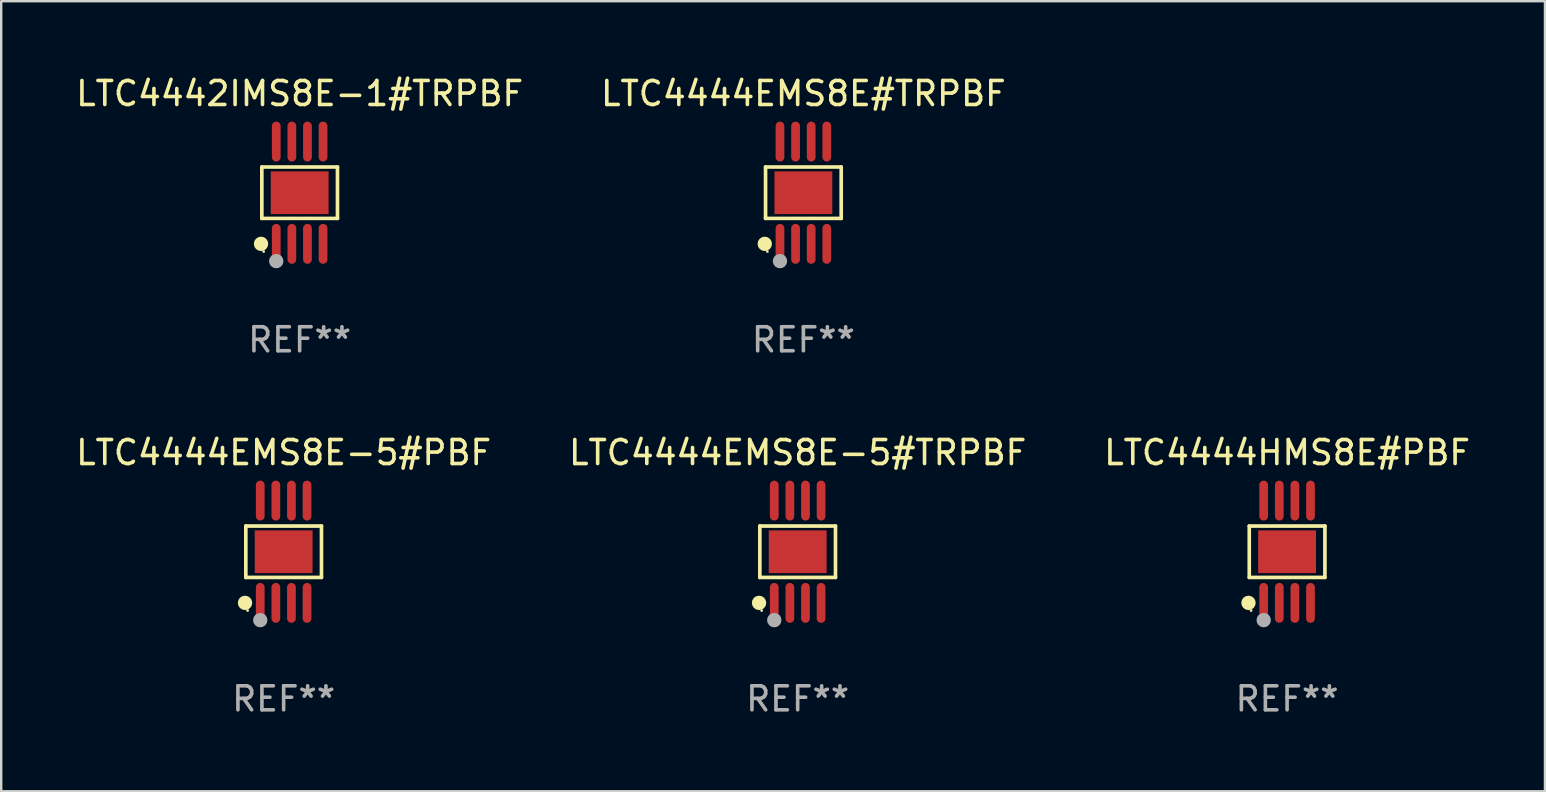
<source format=kicad_pcb>
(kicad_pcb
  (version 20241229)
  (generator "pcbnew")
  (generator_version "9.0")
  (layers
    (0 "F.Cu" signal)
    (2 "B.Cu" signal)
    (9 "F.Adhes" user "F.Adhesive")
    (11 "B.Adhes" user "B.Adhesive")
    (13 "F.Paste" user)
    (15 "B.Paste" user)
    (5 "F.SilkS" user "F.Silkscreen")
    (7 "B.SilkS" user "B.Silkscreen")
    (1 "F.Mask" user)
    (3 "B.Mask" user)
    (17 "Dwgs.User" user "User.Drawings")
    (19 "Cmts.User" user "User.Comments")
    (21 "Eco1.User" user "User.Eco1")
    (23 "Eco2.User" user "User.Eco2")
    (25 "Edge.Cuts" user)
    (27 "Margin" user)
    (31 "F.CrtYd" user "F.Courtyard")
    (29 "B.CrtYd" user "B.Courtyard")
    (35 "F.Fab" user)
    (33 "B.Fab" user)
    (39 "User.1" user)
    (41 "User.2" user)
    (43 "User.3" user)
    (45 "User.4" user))
  (footprint "LTC4444EMS8E-5#PBF"
    (layer "F.Cu")
    (at 8.768 19.938)
    (property "Reference" "LTC4444EMS8E-5#PBF" (at 0 -4.131 0) (layer "F.SilkS") (effects (font (size 1 1) (thickness 0.15))))
    (attr through_hole)
    (fp_line (start -1.576 -1.071) (end 1.576 -1.071) (stroke (width 0.152) (type solid)) (layer "F.SilkS"))
    (fp_line (start -1.576 1.071) (end -1.576 -1.071) (stroke (width 0.152) (type solid)) (layer "F.SilkS"))
    (fp_line (start 1.576 -1.071) (end 1.576 1.071) (stroke (width 0.152) (type solid)) (layer "F.SilkS"))
    (fp_line (start 1.576 1.071) (end -1.576 1.071) (stroke (width 0.152) (type solid)) (layer "F.SilkS"))
    (fp_circle (center -1.609 2.131) (end -1.459 2.131) (stroke (width 0.3) (type solid)) (fill no) (layer "F.SilkS"))
    (fp_circle (center -1.5 2.45) (end -1.47 2.45) (stroke (width 0.06) (type solid)) (fill no) (layer "F.SilkS"))
    (fp_circle (center -0.975 2.85) (end -0.825 2.85) (stroke (width 0.3) (type solid)) (fill no) (layer "F.Fab"))
    (fp_text user "REF**" (at 0 6.131 0) (layer "F.Fab") (effects (font (size 1 1) (thickness 0.15))))
    (pad "1" smd oval (at -0.975 2.131) (size 0.364 1.662) (layers "F.Cu" "F.Mask" "F.Paste"))
    (pad "2" smd oval (at -0.325 2.131) (size 0.364 1.662) (layers "F.Cu" "F.Mask" "F.Paste"))
    (pad "3" smd oval (at 0.325 2.131) (size 0.364 1.662) (layers "F.Cu" "F.Mask" "F.Paste"))
    (pad "4" smd oval (at 0.975 2.131) (size 0.364 1.662) (layers "F.Cu" "F.Mask" "F.Paste"))
    (pad "5" smd oval (at 0.975 -2.131) (size 0.364 1.662) (layers "F.Cu" "F.Mask" "F.Paste"))
    (pad "6" smd oval (at 0.325 -2.131) (size 0.364 1.662) (layers "F.Cu" "F.Mask" "F.Paste"))
    (pad "7" smd oval (at -0.325 -2.131) (size 0.364 1.662) (layers "F.Cu" "F.Mask" "F.Paste"))
    (pad "8" smd oval (at -0.975 -2.131) (size 0.364 1.662) (layers "F.Cu" "F.Mask" "F.Paste"))
    (pad "9" smd rect (at 0 0) (size 2.41 1.78) (layers "F.Cu" "F.Mask" "F.Paste")))
  (footprint "LTC4444EMS8E-5#TRPBF"
    (layer "F.Cu")
    (at 30.185 19.938)
    (property "Reference" "LTC4444EMS8E-5#TRPBF" (at 0 -4.131 0) (layer "F.SilkS") (effects (font (size 1 1) (thickness 0.15))))
    (attr through_hole)
    (fp_line (start -1.576 -1.071) (end 1.576 -1.071) (stroke (width 0.152) (type solid)) (layer "F.SilkS"))
    (fp_line (start -1.576 1.071) (end -1.576 -1.071) (stroke (width 0.152) (type solid)) (layer "F.SilkS"))
    (fp_line (start 1.576 -1.071) (end 1.576 1.071) (stroke (width 0.152) (type solid)) (layer "F.SilkS"))
    (fp_line (start 1.576 1.071) (end -1.576 1.071) (stroke (width 0.152) (type solid)) (layer "F.SilkS"))
    (fp_circle (center -1.609 2.131) (end -1.459 2.131) (stroke (width 0.3) (type solid)) (fill no) (layer "F.SilkS"))
    (fp_circle (center -1.5 2.45) (end -1.47 2.45) (stroke (width 0.06) (type solid)) (fill no) (layer "F.SilkS"))
    (fp_circle (center -0.975 2.85) (end -0.825 2.85) (stroke (width 0.3) (type solid)) (fill no) (layer "F.Fab"))
    (fp_text user "REF**" (at 0 6.131 0) (layer "F.Fab") (effects (font (size 1 1) (thickness 0.15))))
    (pad "1" smd oval (at -0.975 2.131) (size 0.364 1.662) (layers "F.Cu" "F.Mask" "F.Paste"))
    (pad "2" smd oval (at -0.325 2.131) (size 0.364 1.662) (layers "F.Cu" "F.Mask" "F.Paste"))
    (pad "3" smd oval (at 0.325 2.131) (size 0.364 1.662) (layers "F.Cu" "F.Mask" "F.Paste"))
    (pad "4" smd oval (at 0.975 2.131) (size 0.364 1.662) (layers "F.Cu" "F.Mask" "F.Paste"))
    (pad "5" smd oval (at 0.975 -2.131) (size 0.364 1.662) (layers "F.Cu" "F.Mask" "F.Paste"))
    (pad "6" smd oval (at 0.325 -2.131) (size 0.364 1.662) (layers "F.Cu" "F.Mask" "F.Paste"))
    (pad "7" smd oval (at -0.325 -2.131) (size 0.364 1.662) (layers "F.Cu" "F.Mask" "F.Paste"))
    (pad "8" smd oval (at -0.975 -2.131) (size 0.364 1.662) (layers "F.Cu" "F.Mask" "F.Paste"))
    (pad "9" smd rect (at 0 0) (size 2.41 1.78) (layers "F.Cu" "F.Mask" "F.Paste")))
  (footprint "LTC4444HMS8E#PBF"
    (layer "F.Cu")
    (at 50.577 19.938)
    (property "Reference" "LTC4444HMS8E#PBF" (at 0 -4.131 0) (layer "F.SilkS") (effects (font (size 1 1) (thickness 0.15))))
    (attr through_hole)
    (fp_line (start -1.576 -1.071) (end 1.576 -1.071) (stroke (width 0.152) (type solid)) (layer "F.SilkS"))
    (fp_line (start -1.576 1.071) (end -1.576 -1.071) (stroke (width 0.152) (type solid)) (layer "F.SilkS"))
    (fp_line (start 1.576 -1.071) (end 1.576 1.071) (stroke (width 0.152) (type solid)) (layer "F.SilkS"))
    (fp_line (start 1.576 1.071) (end -1.576 1.071) (stroke (width 0.152) (type solid)) (layer "F.SilkS"))
    (fp_circle (center -1.609 2.131) (end -1.459 2.131) (stroke (width 0.3) (type solid)) (fill no) (layer "F.SilkS"))
    (fp_circle (center -1.5 2.45) (end -1.47 2.45) (stroke (width 0.06) (type solid)) (fill no) (layer "F.SilkS"))
    (fp_circle (center -0.975 2.85) (end -0.825 2.85) (stroke (width 0.3) (type solid)) (fill no) (layer "F.Fab"))
    (fp_text user "REF**" (at 0 6.131 0) (layer "F.Fab") (effects (font (size 1 1) (thickness 0.15))))
    (pad "1" smd oval (at -0.975 2.131) (size 0.364 1.662) (layers "F.Cu" "F.Mask" "F.Paste"))
    (pad "2" smd oval (at -0.325 2.131) (size 0.364 1.662) (layers "F.Cu" "F.Mask" "F.Paste"))
    (pad "3" smd oval (at 0.325 2.131) (size 0.364 1.662) (layers "F.Cu" "F.Mask" "F.Paste"))
    (pad "4" smd oval (at 0.975 2.131) (size 0.364 1.662) (layers "F.Cu" "F.Mask" "F.Paste"))
    (pad "5" smd oval (at 0.975 -2.131) (size 0.364 1.662) (layers "F.Cu" "F.Mask" "F.Paste"))
    (pad "6" smd oval (at 0.325 -2.131) (size 0.364 1.662) (layers "F.Cu" "F.Mask" "F.Paste"))
    (pad "7" smd oval (at -0.325 -2.131) (size 0.364 1.662) (layers "F.Cu" "F.Mask" "F.Paste"))
    (pad "8" smd oval (at -0.975 -2.131) (size 0.364 1.662) (layers "F.Cu" "F.Mask" "F.Paste"))
    (pad "9" smd rect (at 0 0) (size 2.41 1.78) (layers "F.Cu" "F.Mask" "F.Paste")))
  (footprint "LTC4444EMS8E#TRPBF"
    (layer "F.Cu")
    (at 30.423 4.979)
    (property "Reference" "LTC4444EMS8E#TRPBF" (at 0 -4.131 0) (layer "F.SilkS") (effects (font (size 1 1) (thickness 0.15))))
    (attr through_hole)
    (fp_line (start -1.576 -1.071) (end 1.576 -1.071) (stroke (width 0.152) (type solid)) (layer "F.SilkS"))
    (fp_line (start -1.576 1.071) (end -1.576 -1.071) (stroke (width 0.152) (type solid)) (layer "F.SilkS"))
    (fp_line (start 1.576 -1.071) (end 1.576 1.071) (stroke (width 0.152) (type solid)) (layer "F.SilkS"))
    (fp_line (start 1.576 1.071) (end -1.576 1.071) (stroke (width 0.152) (type solid)) (layer "F.SilkS"))
    (fp_circle (center -1.609 2.131) (end -1.459 2.131) (stroke (width 0.3) (type solid)) (fill no) (layer "F.SilkS"))
    (fp_circle (center -1.5 2.45) (end -1.47 2.45) (stroke (width 0.06) (type solid)) (fill no) (layer "F.SilkS"))
    (fp_circle (center -0.975 2.85) (end -0.825 2.85) (stroke (width 0.3) (type solid)) (fill no) (layer "F.Fab"))
    (fp_text user "REF**" (at 0 6.131 0) (layer "F.Fab") (effects (font (size 1 1) (thickness 0.15))))
    (pad "1" smd oval (at -0.975 2.131) (size 0.364 1.662) (layers "F.Cu" "F.Mask" "F.Paste"))
    (pad "2" smd oval (at -0.325 2.131) (size 0.364 1.662) (layers "F.Cu" "F.Mask" "F.Paste"))
    (pad "3" smd oval (at 0.325 2.131) (size 0.364 1.662) (layers "F.Cu" "F.Mask" "F.Paste"))
    (pad "4" smd oval (at 0.975 2.131) (size 0.364 1.662) (layers "F.Cu" "F.Mask" "F.Paste"))
    (pad "5" smd oval (at 0.975 -2.131) (size 0.364 1.662) (layers "F.Cu" "F.Mask" "F.Paste"))
    (pad "6" smd oval (at 0.325 -2.131) (size 0.364 1.662) (layers "F.Cu" "F.Mask" "F.Paste"))
    (pad "7" smd oval (at -0.325 -2.131) (size 0.364 1.662) (layers "F.Cu" "F.Mask" "F.Paste"))
    (pad "8" smd oval (at -0.975 -2.131) (size 0.364 1.662) (layers "F.Cu" "F.Mask" "F.Paste"))
    (pad "9" smd rect (at 0 0) (size 2.41 1.78) (layers "F.Cu" "F.Mask" "F.Paste")))
  (footprint "LTC4442IMS8E-1#TRPBF"
    (layer "F.Cu")
    (at 9.435 4.979)
    (property "Reference" "LTC4442IMS8E-1#TRPBF" (at 0 -4.131 0) (layer "F.SilkS") (effects (font (size 1 1) (thickness 0.15))))
    (attr through_hole)
    (fp_line (start -1.576 -1.071) (end 1.576 -1.071) (stroke (width 0.152) (type solid)) (layer "F.SilkS"))
    (fp_line (start -1.576 1.071) (end -1.576 -1.071) (stroke (width 0.152) (type solid)) (layer "F.SilkS"))
    (fp_line (start 1.576 -1.071) (end 1.576 1.071) (stroke (width 0.152) (type solid)) (layer "F.SilkS"))
    (fp_line (start 1.576 1.071) (end -1.576 1.071) (stroke (width 0.152) (type solid)) (layer "F.SilkS"))
    (fp_circle (center -1.609 2.131) (end -1.459 2.131) (stroke (width 0.3) (type solid)) (fill no) (layer "F.SilkS"))
    (fp_circle (center -1.5 2.45) (end -1.47 2.45) (stroke (width 0.06) (type solid)) (fill no) (layer "F.SilkS"))
    (fp_circle (center -0.975 2.85) (end -0.825 2.85) (stroke (width 0.3) (type solid)) (fill no) (layer "F.Fab"))
    (fp_text user "REF**" (at 0 6.131 0) (layer "F.Fab") (effects (font (size 1 1) (thickness 0.15))))
    (pad "1" smd oval (at -0.975 2.131) (size 0.364 1.662) (layers "F.Cu" "F.Mask" "F.Paste"))
    (pad "2" smd oval (at -0.325 2.131) (size 0.364 1.662) (layers "F.Cu" "F.Mask" "F.Paste"))
    (pad "3" smd oval (at 0.325 2.131) (size 0.364 1.662) (layers "F.Cu" "F.Mask" "F.Paste"))
    (pad "4" smd oval (at 0.975 2.131) (size 0.364 1.662) (layers "F.Cu" "F.Mask" "F.Paste"))
    (pad "5" smd oval (at 0.975 -2.131) (size 0.364 1.662) (layers "F.Cu" "F.Mask" "F.Paste"))
    (pad "6" smd oval (at 0.325 -2.131) (size 0.364 1.662) (layers "F.Cu" "F.Mask" "F.Paste"))
    (pad "7" smd oval (at -0.325 -2.131) (size 0.364 1.662) (layers "F.Cu" "F.Mask" "F.Paste"))
    (pad "8" smd oval (at -0.975 -2.131) (size 0.364 1.662) (layers "F.Cu" "F.Mask" "F.Paste"))
    (pad "9" smd rect (at 0 0) (size 2.41 1.78) (layers "F.Cu" "F.Mask" "F.Paste")))
  (gr_rect
    (start -3 -3)
    (end 61.321 29.917)
    (stroke (width 0.1) (type default))
    (fill no)
    (layer "Edge.Cuts")))
</source>
